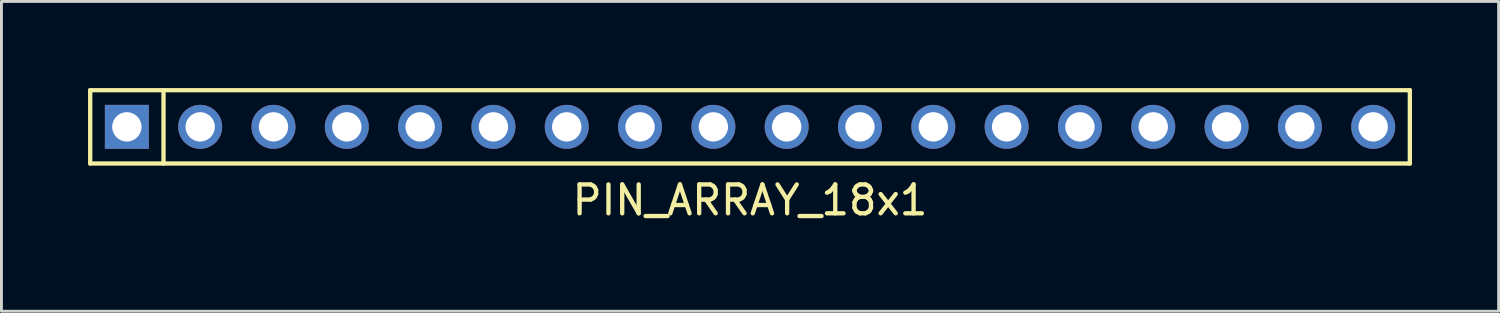
<source format=kicad_pcb>
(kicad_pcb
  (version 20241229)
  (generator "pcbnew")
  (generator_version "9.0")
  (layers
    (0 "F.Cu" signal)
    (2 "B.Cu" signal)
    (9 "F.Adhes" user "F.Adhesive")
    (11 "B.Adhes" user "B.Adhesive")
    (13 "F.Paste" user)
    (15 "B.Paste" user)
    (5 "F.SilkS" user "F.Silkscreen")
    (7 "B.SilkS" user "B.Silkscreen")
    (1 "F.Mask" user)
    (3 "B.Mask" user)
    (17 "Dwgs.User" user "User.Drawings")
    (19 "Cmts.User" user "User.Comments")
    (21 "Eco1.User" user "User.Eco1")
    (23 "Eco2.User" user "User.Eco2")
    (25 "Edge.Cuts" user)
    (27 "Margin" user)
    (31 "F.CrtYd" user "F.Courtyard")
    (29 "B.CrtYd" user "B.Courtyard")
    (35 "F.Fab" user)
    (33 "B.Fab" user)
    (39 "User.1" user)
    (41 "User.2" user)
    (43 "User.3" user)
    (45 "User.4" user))
  (footprint "PIN_ARRAY_18x1"
    (layer "F.Cu")
    (at 22.935 1.345)
    (property "Reference" "PIN_ARRAY_18x1" (at 0 2.54 0) (layer "F.SilkS") (effects (font (size 1 1) (thickness 0.15))))
    (attr through_hole)
    (fp_line (start -22.86 -1.27) (end 22.86 -1.27) (stroke (width 0.15) (type solid)) (layer "F.SilkS"))
    (fp_line (start -22.86 1.27) (end -22.86 -1.27) (stroke (width 0.15) (type solid)) (layer "F.SilkS"))
    (fp_line (start -20.32 -1.27) (end -20.32 1.27) (stroke (width 0.15) (type solid)) (layer "F.SilkS"))
    (fp_line (start 22.86 -1.27) (end 22.86 1.27) (stroke (width 0.15) (type solid)) (layer "F.SilkS"))
    (fp_line (start 22.86 1.27) (end -22.86 1.27) (stroke (width 0.15) (type solid)) (layer "F.SilkS"))
    (pad "1" thru_hole rect (at -21.59 0) (size 1.524 1.524) (drill 1.016) (layers "*.Cu" "*.Mask"))
    (pad "2" thru_hole circle (at -19.05 0) (size 1.524 1.524) (drill 1.016) (layers "*.Cu" "*.Mask"))
    (pad "3" thru_hole circle (at -16.51 0) (size 1.524 1.524) (drill 1.016) (layers "*.Cu" "*.Mask"))
    (pad "4" thru_hole circle (at -13.97 0) (size 1.524 1.524) (drill 1.016) (layers "*.Cu" "*.Mask"))
    (pad "5" thru_hole circle (at -11.43 0) (size 1.524 1.524) (drill 1.016) (layers "*.Cu" "*.Mask"))
    (pad "6" thru_hole circle (at -8.89 0) (size 1.524 1.524) (drill 1.016) (layers "*.Cu" "*.Mask"))
    (pad "7" thru_hole circle (at -6.35 0) (size 1.524 1.524) (drill 1.016) (layers "*.Cu" "*.Mask"))
    (pad "8" thru_hole circle (at -3.81 0) (size 1.524 1.524) (drill 1.016) (layers "*.Cu" "*.Mask"))
    (pad "9" thru_hole circle (at -1.27 0) (size 1.524 1.524) (drill 1.016) (layers "*.Cu" "*.Mask"))
    (pad "10" thru_hole circle (at 1.27 0) (size 1.524 1.524) (drill 1.016) (layers "*.Cu" "*.Mask"))
    (pad "11" thru_hole circle (at 3.81 0) (size 1.524 1.524) (drill 1.016) (layers "*.Cu" "*.Mask"))
    (pad "12" thru_hole circle (at 6.35 0) (size 1.524 1.524) (drill 1.016) (layers "*.Cu" "*.Mask"))
    (pad "13" thru_hole circle (at 8.89 0) (size 1.524 1.524) (drill 1.016) (layers "*.Cu" "*.Mask"))
    (pad "14" thru_hole circle (at 11.43 0) (size 1.524 1.524) (drill 1.016) (layers "*.Cu" "*.Mask"))
    (pad "15" thru_hole circle (at 13.97 0) (size 1.524 1.524) (drill 1.016) (layers "*.Cu" "*.Mask"))
    (pad "16" thru_hole circle (at 16.51 0) (size 1.524 1.524) (drill 1.016) (layers "*.Cu" "*.Mask"))
    (pad "17" thru_hole circle (at 19.05 0) (size 1.524 1.524) (drill 1.016) (layers "*.Cu" "*.Mask"))
    (pad "18" thru_hole circle (at 21.59 0) (size 1.524 1.524) (drill 1.016) (layers "*.Cu" "*.Mask")))
  (gr_rect
    (start -3 -3)
    (end 48.87 7.733)
    (stroke (width 0.1) (type default))
    (fill no)
    (layer "Edge.Cuts")))
</source>
